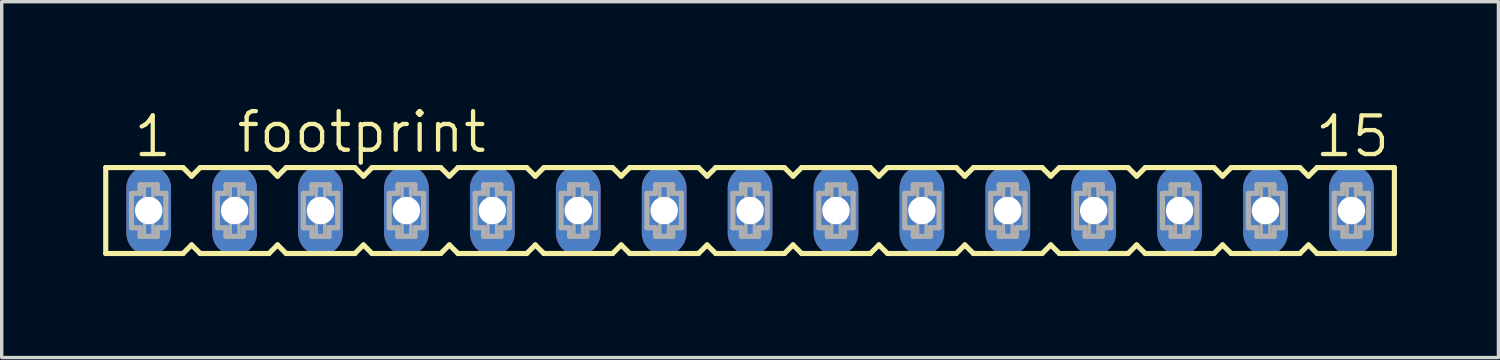
<source format=kicad_pcb>
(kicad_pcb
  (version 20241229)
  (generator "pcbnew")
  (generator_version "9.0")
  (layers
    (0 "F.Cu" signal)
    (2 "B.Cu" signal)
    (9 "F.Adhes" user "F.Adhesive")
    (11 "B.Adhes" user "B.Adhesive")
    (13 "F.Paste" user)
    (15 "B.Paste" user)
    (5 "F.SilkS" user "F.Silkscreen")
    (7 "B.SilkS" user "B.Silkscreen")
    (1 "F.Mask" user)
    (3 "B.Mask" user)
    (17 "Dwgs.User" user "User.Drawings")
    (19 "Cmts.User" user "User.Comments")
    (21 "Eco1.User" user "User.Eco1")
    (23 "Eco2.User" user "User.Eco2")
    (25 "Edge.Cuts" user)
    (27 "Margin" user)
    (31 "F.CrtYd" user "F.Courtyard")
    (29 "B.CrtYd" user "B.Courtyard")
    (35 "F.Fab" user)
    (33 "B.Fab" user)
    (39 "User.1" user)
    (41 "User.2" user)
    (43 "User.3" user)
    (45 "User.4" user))
  (footprint "footprint"
    (layer "F.Cu")
    (at 19.126 3.175)
    (property "Reference" "footprint" (at -15.24 -1.651 0) (layer "F.SilkS") (effects (font (size 1.143 1.143) (thickness 0.127)) (justify left bottom)))
    (fp_line (start -19.05 -1.27) (end -19.05 1.27) (stroke (width 0.152) (type solid)) (layer "F.SilkS"))
    (fp_line (start -19.05 1.27) (end -16.764 1.27) (stroke (width 0.152) (type solid)) (layer "F.SilkS"))
    (fp_line (start -16.764 -1.27) (end -19.05 -1.27) (stroke (width 0.152) (type solid)) (layer "F.SilkS"))
    (fp_line (start -16.764 1.27) (end -16.51 1.016) (stroke (width 0.152) (type solid)) (layer "F.SilkS"))
    (fp_line (start -16.51 -1.016) (end -16.764 -1.27) (stroke (width 0.152) (type solid)) (layer "F.SilkS"))
    (fp_line (start -16.51 1.016) (end -16.256 1.27) (stroke (width 0.152) (type solid)) (layer "F.SilkS"))
    (fp_line (start -16.256 -1.27) (end -16.51 -1.016) (stroke (width 0.152) (type solid)) (layer "F.SilkS"))
    (fp_line (start -16.256 1.27) (end -14.224 1.27) (stroke (width 0.152) (type solid)) (layer "F.SilkS"))
    (fp_line (start -14.224 -1.27) (end -16.256 -1.27) (stroke (width 0.152) (type solid)) (layer "F.SilkS"))
    (fp_line (start -14.224 1.27) (end -13.97 1.016) (stroke (width 0.152) (type solid)) (layer "F.SilkS"))
    (fp_line (start -13.97 -1.016) (end -14.224 -1.27) (stroke (width 0.152) (type solid)) (layer "F.SilkS"))
    (fp_line (start -13.97 1.016) (end -13.716 1.27) (stroke (width 0.152) (type solid)) (layer "F.SilkS"))
    (fp_line (start -13.716 -1.27) (end -13.97 -1.016) (stroke (width 0.152) (type solid)) (layer "F.SilkS"))
    (fp_line (start -13.716 1.27) (end -11.684 1.27) (stroke (width 0.152) (type solid)) (layer "F.SilkS"))
    (fp_line (start -11.684 -1.27) (end -13.716 -1.27) (stroke (width 0.152) (type solid)) (layer "F.SilkS"))
    (fp_line (start -11.684 1.27) (end -11.43 1.016) (stroke (width 0.152) (type solid)) (layer "F.SilkS"))
    (fp_line (start -11.43 -1.016) (end -11.684 -1.27) (stroke (width 0.152) (type solid)) (layer "F.SilkS"))
    (fp_line (start -11.43 1.016) (end -11.176 1.27) (stroke (width 0.152) (type solid)) (layer "F.SilkS"))
    (fp_line (start -11.176 -1.27) (end -11.43 -1.016) (stroke (width 0.152) (type solid)) (layer "F.SilkS"))
    (fp_line (start -11.176 1.27) (end -9.144 1.27) (stroke (width 0.152) (type solid)) (layer "F.SilkS"))
    (fp_line (start -9.144 -1.27) (end -11.176 -1.27) (stroke (width 0.152) (type solid)) (layer "F.SilkS"))
    (fp_line (start -9.144 1.27) (end -8.89 1.016) (stroke (width 0.152) (type solid)) (layer "F.SilkS"))
    (fp_line (start -8.89 -1.016) (end -9.144 -1.27) (stroke (width 0.152) (type solid)) (layer "F.SilkS"))
    (fp_line (start -8.89 1.016) (end -8.636 1.27) (stroke (width 0.152) (type solid)) (layer "F.SilkS"))
    (fp_line (start -8.636 -1.27) (end -8.89 -1.016) (stroke (width 0.152) (type solid)) (layer "F.SilkS"))
    (fp_line (start -8.636 1.27) (end -6.604 1.27) (stroke (width 0.152) (type solid)) (layer "F.SilkS"))
    (fp_line (start -6.604 -1.27) (end -8.636 -1.27) (stroke (width 0.152) (type solid)) (layer "F.SilkS"))
    (fp_line (start -6.604 1.27) (end -6.35 1.016) (stroke (width 0.152) (type solid)) (layer "F.SilkS"))
    (fp_line (start -6.35 -1.016) (end -6.604 -1.27) (stroke (width 0.152) (type solid)) (layer "F.SilkS"))
    (fp_line (start -6.35 1.016) (end -6.096 1.27) (stroke (width 0.152) (type solid)) (layer "F.SilkS"))
    (fp_line (start -6.096 -1.27) (end -6.35 -1.016) (stroke (width 0.152) (type solid)) (layer "F.SilkS"))
    (fp_line (start -6.096 1.27) (end -4.064 1.27) (stroke (width 0.152) (type solid)) (layer "F.SilkS"))
    (fp_line (start -4.064 -1.27) (end -6.096 -1.27) (stroke (width 0.152) (type solid)) (layer "F.SilkS"))
    (fp_line (start -4.064 1.27) (end -3.81 1.016) (stroke (width 0.152) (type solid)) (layer "F.SilkS"))
    (fp_line (start -3.81 -1.016) (end -4.064 -1.27) (stroke (width 0.152) (type solid)) (layer "F.SilkS"))
    (fp_line (start -3.81 1.016) (end -3.556 1.27) (stroke (width 0.152) (type solid)) (layer "F.SilkS"))
    (fp_line (start -3.556 -1.27) (end -3.81 -1.016) (stroke (width 0.152) (type solid)) (layer "F.SilkS"))
    (fp_line (start -3.556 1.27) (end -1.524 1.27) (stroke (width 0.152) (type solid)) (layer "F.SilkS"))
    (fp_line (start -1.524 -1.27) (end -3.556 -1.27) (stroke (width 0.152) (type solid)) (layer "F.SilkS"))
    (fp_line (start -1.524 1.27) (end -1.27 1.016) (stroke (width 0.152) (type solid)) (layer "F.SilkS"))
    (fp_line (start -1.27 -1.016) (end -1.524 -1.27) (stroke (width 0.152) (type solid)) (layer "F.SilkS"))
    (fp_line (start -1.27 1.016) (end -1.016 1.27) (stroke (width 0.152) (type solid)) (layer "F.SilkS"))
    (fp_line (start -1.016 -1.27) (end -1.27 -1.016) (stroke (width 0.152) (type solid)) (layer "F.SilkS"))
    (fp_line (start -1.016 1.27) (end 1.016 1.27) (stroke (width 0.152) (type solid)) (layer "F.SilkS"))
    (fp_line (start 1.016 -1.27) (end -1.016 -1.27) (stroke (width 0.152) (type solid)) (layer "F.SilkS"))
    (fp_line (start 1.016 1.27) (end 1.27 1.016) (stroke (width 0.152) (type solid)) (layer "F.SilkS"))
    (fp_line (start 1.27 -1.016) (end 1.016 -1.27) (stroke (width 0.152) (type solid)) (layer "F.SilkS"))
    (fp_line (start 1.27 1.016) (end 1.524 1.27) (stroke (width 0.152) (type solid)) (layer "F.SilkS"))
    (fp_line (start 1.524 -1.27) (end 1.27 -1.016) (stroke (width 0.152) (type solid)) (layer "F.SilkS"))
    (fp_line (start 1.524 1.27) (end 3.556 1.27) (stroke (width 0.152) (type solid)) (layer "F.SilkS"))
    (fp_line (start 3.556 -1.27) (end 1.524 -1.27) (stroke (width 0.152) (type solid)) (layer "F.SilkS"))
    (fp_line (start 3.556 1.27) (end 3.81 1.016) (stroke (width 0.152) (type solid)) (layer "F.SilkS"))
    (fp_line (start 3.81 -1.016) (end 3.556 -1.27) (stroke (width 0.152) (type solid)) (layer "F.SilkS"))
    (fp_line (start 3.81 1.016) (end 4.064 1.27) (stroke (width 0.152) (type solid)) (layer "F.SilkS"))
    (fp_line (start 4.064 -1.27) (end 3.81 -1.016) (stroke (width 0.152) (type solid)) (layer "F.SilkS"))
    (fp_line (start 4.064 1.27) (end 6.096 1.27) (stroke (width 0.152) (type solid)) (layer "F.SilkS"))
    (fp_line (start 6.096 -1.27) (end 4.064 -1.27) (stroke (width 0.152) (type solid)) (layer "F.SilkS"))
    (fp_line (start 6.096 1.27) (end 6.35 1.016) (stroke (width 0.152) (type solid)) (layer "F.SilkS"))
    (fp_line (start 6.35 -1.016) (end 6.096 -1.27) (stroke (width 0.152) (type solid)) (layer "F.SilkS"))
    (fp_line (start 6.35 1.016) (end 6.604 1.27) (stroke (width 0.152) (type solid)) (layer "F.SilkS"))
    (fp_line (start 6.604 -1.27) (end 6.35 -1.016) (stroke (width 0.152) (type solid)) (layer "F.SilkS"))
    (fp_line (start 6.604 1.27) (end 8.636 1.27) (stroke (width 0.152) (type solid)) (layer "F.SilkS"))
    (fp_line (start 8.636 -1.27) (end 6.604 -1.27) (stroke (width 0.152) (type solid)) (layer "F.SilkS"))
    (fp_line (start 8.636 1.27) (end 8.89 1.016) (stroke (width 0.152) (type solid)) (layer "F.SilkS"))
    (fp_line (start 8.89 -1.016) (end 8.636 -1.27) (stroke (width 0.152) (type solid)) (layer "F.SilkS"))
    (fp_line (start 8.89 1.016) (end 9.144 1.27) (stroke (width 0.152) (type solid)) (layer "F.SilkS"))
    (fp_line (start 9.144 -1.27) (end 8.89 -1.016) (stroke (width 0.152) (type solid)) (layer "F.SilkS"))
    (fp_line (start 9.144 1.27) (end 11.176 1.27) (stroke (width 0.152) (type solid)) (layer "F.SilkS"))
    (fp_line (start 11.176 -1.27) (end 9.144 -1.27) (stroke (width 0.152) (type solid)) (layer "F.SilkS"))
    (fp_line (start 11.176 1.27) (end 11.43 1.016) (stroke (width 0.152) (type solid)) (layer "F.SilkS"))
    (fp_line (start 11.43 -1.016) (end 11.176 -1.27) (stroke (width 0.152) (type solid)) (layer "F.SilkS"))
    (fp_line (start 11.43 1.016) (end 11.684 1.27) (stroke (width 0.152) (type solid)) (layer "F.SilkS"))
    (fp_line (start 11.684 -1.27) (end 11.43 -1.016) (stroke (width 0.152) (type solid)) (layer "F.SilkS"))
    (fp_line (start 11.684 1.27) (end 13.716 1.27) (stroke (width 0.152) (type solid)) (layer "F.SilkS"))
    (fp_line (start 13.716 -1.27) (end 11.684 -1.27) (stroke (width 0.152) (type solid)) (layer "F.SilkS"))
    (fp_line (start 13.716 1.27) (end 13.97 1.016) (stroke (width 0.152) (type solid)) (layer "F.SilkS"))
    (fp_line (start 13.97 -1.016) (end 13.716 -1.27) (stroke (width 0.152) (type solid)) (layer "F.SilkS"))
    (fp_line (start 13.97 1.016) (end 14.224 1.27) (stroke (width 0.152) (type solid)) (layer "F.SilkS"))
    (fp_line (start 14.224 -1.27) (end 13.97 -1.016) (stroke (width 0.152) (type solid)) (layer "F.SilkS"))
    (fp_line (start 14.224 1.27) (end 16.256 1.27) (stroke (width 0.152) (type solid)) (layer "F.SilkS"))
    (fp_line (start 16.256 -1.27) (end 14.224 -1.27) (stroke (width 0.152) (type solid)) (layer "F.SilkS"))
    (fp_line (start 16.256 1.27) (end 16.51 1.016) (stroke (width 0.152) (type solid)) (layer "F.SilkS"))
    (fp_line (start 16.51 -1.016) (end 16.256 -1.27) (stroke (width 0.152) (type solid)) (layer "F.SilkS"))
    (fp_line (start 16.51 1.016) (end 16.764 1.27) (stroke (width 0.152) (type solid)) (layer "F.SilkS"))
    (fp_line (start 16.764 -1.27) (end 16.51 -1.016) (stroke (width 0.152) (type solid)) (layer "F.SilkS"))
    (fp_line (start 16.764 1.27) (end 19.05 1.27) (stroke (width 0.152) (type solid)) (layer "F.SilkS"))
    (fp_line (start 19.05 -1.27) (end 16.764 -1.27) (stroke (width 0.152) (type solid)) (layer "F.SilkS"))
    (fp_line (start 19.05 1.27) (end 19.05 -1.27) (stroke (width 0.152) (type solid)) (layer "F.SilkS"))
    (fp_line (start -18.288 -0.508) (end -18.288 0.508) (stroke (width 0.152) (type solid)) (layer "F.Fab"))
    (fp_line (start -18.288 0.508) (end -18.034 0.508) (stroke (width 0.152) (type solid)) (layer "F.Fab"))
    (fp_line (start -18.034 -0.762) (end -18.034 -0.508) (stroke (width 0.152) (type solid)) (layer "F.Fab"))
    (fp_line (start -18.034 -0.508) (end -18.288 -0.508) (stroke (width 0.152) (type solid)) (layer "F.Fab"))
    (fp_line (start -18.034 0.508) (end -18.034 0.762) (stroke (width 0.152) (type solid)) (layer "F.Fab"))
    (fp_line (start -18.034 0.762) (end -17.526 0.762) (stroke (width 0.152) (type solid)) (layer "F.Fab"))
    (fp_line (start -17.526 -0.762) (end -18.034 -0.762) (stroke (width 0.152) (type solid)) (layer "F.Fab"))
    (fp_line (start -17.526 -0.508) (end -17.526 -0.762) (stroke (width 0.152) (type solid)) (layer "F.Fab"))
    (fp_line (start -17.526 0.508) (end -17.272 0.508) (stroke (width 0.152) (type solid)) (layer "F.Fab"))
    (fp_line (start -17.526 0.762) (end -17.526 0.508) (stroke (width 0.152) (type solid)) (layer "F.Fab"))
    (fp_line (start -17.272 -0.508) (end -17.526 -0.508) (stroke (width 0.152) (type solid)) (layer "F.Fab"))
    (fp_line (start -17.272 0.508) (end -17.272 -0.508) (stroke (width 0.152) (type solid)) (layer "F.Fab"))
    (fp_line (start -15.748 -0.508) (end -15.748 0.508) (stroke (width 0.152) (type solid)) (layer "F.Fab"))
    (fp_line (start -15.748 0.508) (end -15.494 0.508) (stroke (width 0.152) (type solid)) (layer "F.Fab"))
    (fp_line (start -15.494 -0.762) (end -15.494 -0.508) (stroke (width 0.152) (type solid)) (layer "F.Fab"))
    (fp_line (start -15.494 -0.508) (end -15.748 -0.508) (stroke (width 0.152) (type solid)) (layer "F.Fab"))
    (fp_line (start -15.494 0.508) (end -15.494 0.762) (stroke (width 0.152) (type solid)) (layer "F.Fab"))
    (fp_line (start -15.494 0.762) (end -14.986 0.762) (stroke (width 0.152) (type solid)) (layer "F.Fab"))
    (fp_line (start -14.986 -0.762) (end -15.494 -0.762) (stroke (width 0.152) (type solid)) (layer "F.Fab"))
    (fp_line (start -14.986 -0.508) (end -14.986 -0.762) (stroke (width 0.152) (type solid)) (layer "F.Fab"))
    (fp_line (start -14.986 0.508) (end -14.732 0.508) (stroke (width 0.152) (type solid)) (layer "F.Fab"))
    (fp_line (start -14.986 0.762) (end -14.986 0.508) (stroke (width 0.152) (type solid)) (layer "F.Fab"))
    (fp_line (start -14.732 -0.508) (end -14.986 -0.508) (stroke (width 0.152) (type solid)) (layer "F.Fab"))
    (fp_line (start -14.732 0.508) (end -14.732 -0.508) (stroke (width 0.152) (type solid)) (layer "F.Fab"))
    (fp_line (start -13.208 -0.508) (end -13.208 0.508) (stroke (width 0.152) (type solid)) (layer "F.Fab"))
    (fp_line (start -13.208 0.508) (end -12.954 0.508) (stroke (width 0.152) (type solid)) (layer "F.Fab"))
    (fp_line (start -12.954 -0.762) (end -12.954 -0.508) (stroke (width 0.152) (type solid)) (layer "F.Fab"))
    (fp_line (start -12.954 -0.508) (end -13.208 -0.508) (stroke (width 0.152) (type solid)) (layer "F.Fab"))
    (fp_line (start -12.954 0.508) (end -12.954 0.762) (stroke (width 0.152) (type solid)) (layer "F.Fab"))
    (fp_line (start -12.954 0.762) (end -12.446 0.762) (stroke (width 0.152) (type solid)) (layer "F.Fab"))
    (fp_line (start -12.446 -0.762) (end -12.954 -0.762) (stroke (width 0.152) (type solid)) (layer "F.Fab"))
    (fp_line (start -12.446 -0.508) (end -12.446 -0.762) (stroke (width 0.152) (type solid)) (layer "F.Fab"))
    (fp_line (start -12.446 0.508) (end -12.192 0.508) (stroke (width 0.152) (type solid)) (layer "F.Fab"))
    (fp_line (start -12.446 0.762) (end -12.446 0.508) (stroke (width 0.152) (type solid)) (layer "F.Fab"))
    (fp_line (start -12.192 -0.508) (end -12.446 -0.508) (stroke (width 0.152) (type solid)) (layer "F.Fab"))
    (fp_line (start -12.192 0.508) (end -12.192 -0.508) (stroke (width 0.152) (type solid)) (layer "F.Fab"))
    (fp_line (start -10.668 -0.508) (end -10.668 0.508) (stroke (width 0.152) (type solid)) (layer "F.Fab"))
    (fp_line (start -10.668 0.508) (end -10.414 0.508) (stroke (width 0.152) (type solid)) (layer "F.Fab"))
    (fp_line (start -10.414 -0.762) (end -10.414 -0.508) (stroke (width 0.152) (type solid)) (layer "F.Fab"))
    (fp_line (start -10.414 -0.508) (end -10.668 -0.508) (stroke (width 0.152) (type solid)) (layer "F.Fab"))
    (fp_line (start -10.414 0.508) (end -10.414 0.762) (stroke (width 0.152) (type solid)) (layer "F.Fab"))
    (fp_line (start -10.414 0.762) (end -9.906 0.762) (stroke (width 0.152) (type solid)) (layer "F.Fab"))
    (fp_line (start -9.906 -0.762) (end -10.414 -0.762) (stroke (width 0.152) (type solid)) (layer "F.Fab"))
    (fp_line (start -9.906 -0.508) (end -9.906 -0.762) (stroke (width 0.152) (type solid)) (layer "F.Fab"))
    (fp_line (start -9.906 0.508) (end -9.652 0.508) (stroke (width 0.152) (type solid)) (layer "F.Fab"))
    (fp_line (start -9.906 0.762) (end -9.906 0.508) (stroke (width 0.152) (type solid)) (layer "F.Fab"))
    (fp_line (start -9.652 -0.508) (end -9.906 -0.508) (stroke (width 0.152) (type solid)) (layer "F.Fab"))
    (fp_line (start -9.652 0.508) (end -9.652 -0.508) (stroke (width 0.152) (type solid)) (layer "F.Fab"))
    (fp_line (start -8.128 -0.508) (end -8.128 0.508) (stroke (width 0.152) (type solid)) (layer "F.Fab"))
    (fp_line (start -8.128 0.508) (end -7.874 0.508) (stroke (width 0.152) (type solid)) (layer "F.Fab"))
    (fp_line (start -7.874 -0.762) (end -7.874 -0.508) (stroke (width 0.152) (type solid)) (layer "F.Fab"))
    (fp_line (start -7.874 -0.508) (end -8.128 -0.508) (stroke (width 0.152) (type solid)) (layer "F.Fab"))
    (fp_line (start -7.874 0.508) (end -7.874 0.762) (stroke (width 0.152) (type solid)) (layer "F.Fab"))
    (fp_line (start -7.874 0.762) (end -7.366 0.762) (stroke (width 0.152) (type solid)) (layer "F.Fab"))
    (fp_line (start -7.366 -0.762) (end -7.874 -0.762) (stroke (width 0.152) (type solid)) (layer "F.Fab"))
    (fp_line (start -7.366 -0.508) (end -7.366 -0.762) (stroke (width 0.152) (type solid)) (layer "F.Fab"))
    (fp_line (start -7.366 0.508) (end -7.112 0.508) (stroke (width 0.152) (type solid)) (layer "F.Fab"))
    (fp_line (start -7.366 0.762) (end -7.366 0.508) (stroke (width 0.152) (type solid)) (layer "F.Fab"))
    (fp_line (start -7.112 -0.508) (end -7.366 -0.508) (stroke (width 0.152) (type solid)) (layer "F.Fab"))
    (fp_line (start -7.112 0.508) (end -7.112 -0.508) (stroke (width 0.152) (type solid)) (layer "F.Fab"))
    (fp_line (start -5.588 -0.508) (end -5.588 0.508) (stroke (width 0.152) (type solid)) (layer "F.Fab"))
    (fp_line (start -5.588 0.508) (end -5.334 0.508) (stroke (width 0.152) (type solid)) (layer "F.Fab"))
    (fp_line (start -5.334 -0.762) (end -5.334 -0.508) (stroke (width 0.152) (type solid)) (layer "F.Fab"))
    (fp_line (start -5.334 -0.508) (end -5.588 -0.508) (stroke (width 0.152) (type solid)) (layer "F.Fab"))
    (fp_line (start -5.334 0.508) (end -5.334 0.762) (stroke (width 0.152) (type solid)) (layer "F.Fab"))
    (fp_line (start -5.334 0.762) (end -4.826 0.762) (stroke (width 0.152) (type solid)) (layer "F.Fab"))
    (fp_line (start -4.826 -0.762) (end -5.334 -0.762) (stroke (width 0.152) (type solid)) (layer "F.Fab"))
    (fp_line (start -4.826 -0.508) (end -4.826 -0.762) (stroke (width 0.152) (type solid)) (layer "F.Fab"))
    (fp_line (start -4.826 0.508) (end -4.572 0.508) (stroke (width 0.152) (type solid)) (layer "F.Fab"))
    (fp_line (start -4.826 0.762) (end -4.826 0.508) (stroke (width 0.152) (type solid)) (layer "F.Fab"))
    (fp_line (start -4.572 -0.508) (end -4.826 -0.508) (stroke (width 0.152) (type solid)) (layer "F.Fab"))
    (fp_line (start -4.572 0.508) (end -4.572 -0.508) (stroke (width 0.152) (type solid)) (layer "F.Fab"))
    (fp_line (start -3.048 -0.508) (end -3.048 0.508) (stroke (width 0.152) (type solid)) (layer "F.Fab"))
    (fp_line (start -3.048 0.508) (end -2.794 0.508) (stroke (width 0.152) (type solid)) (layer "F.Fab"))
    (fp_line (start -2.794 -0.762) (end -2.794 -0.508) (stroke (width 0.152) (type solid)) (layer "F.Fab"))
    (fp_line (start -2.794 -0.508) (end -3.048 -0.508) (stroke (width 0.152) (type solid)) (layer "F.Fab"))
    (fp_line (start -2.794 0.508) (end -2.794 0.762) (stroke (width 0.152) (type solid)) (layer "F.Fab"))
    (fp_line (start -2.794 0.762) (end -2.286 0.762) (stroke (width 0.152) (type solid)) (layer "F.Fab"))
    (fp_line (start -2.286 -0.762) (end -2.794 -0.762) (stroke (width 0.152) (type solid)) (layer "F.Fab"))
    (fp_line (start -2.286 -0.508) (end -2.286 -0.762) (stroke (width 0.152) (type solid)) (layer "F.Fab"))
    (fp_line (start -2.286 0.508) (end -2.032 0.508) (stroke (width 0.152) (type solid)) (layer "F.Fab"))
    (fp_line (start -2.286 0.762) (end -2.286 0.508) (stroke (width 0.152) (type solid)) (layer "F.Fab"))
    (fp_line (start -2.032 -0.508) (end -2.286 -0.508) (stroke (width 0.152) (type solid)) (layer "F.Fab"))
    (fp_line (start -2.032 0.508) (end -2.032 -0.508) (stroke (width 0.152) (type solid)) (layer "F.Fab"))
    (fp_line (start -0.508 -0.508) (end -0.508 0.508) (stroke (width 0.152) (type solid)) (layer "F.Fab"))
    (fp_line (start -0.508 0.508) (end -0.254 0.508) (stroke (width 0.152) (type solid)) (layer "F.Fab"))
    (fp_line (start -0.254 -0.762) (end -0.254 -0.508) (stroke (width 0.152) (type solid)) (layer "F.Fab"))
    (fp_line (start -0.254 -0.508) (end -0.508 -0.508) (stroke (width 0.152) (type solid)) (layer "F.Fab"))
    (fp_line (start -0.254 0.508) (end -0.254 0.762) (stroke (width 0.152) (type solid)) (layer "F.Fab"))
    (fp_line (start -0.254 0.762) (end 0.254 0.762) (stroke (width 0.152) (type solid)) (layer "F.Fab"))
    (fp_line (start 0.254 -0.762) (end -0.254 -0.762) (stroke (width 0.152) (type solid)) (layer "F.Fab"))
    (fp_line (start 0.254 -0.508) (end 0.254 -0.762) (stroke (width 0.152) (type solid)) (layer "F.Fab"))
    (fp_line (start 0.254 0.508) (end 0.508 0.508) (stroke (width 0.152) (type solid)) (layer "F.Fab"))
    (fp_line (start 0.254 0.762) (end 0.254 0.508) (stroke (width 0.152) (type solid)) (layer "F.Fab"))
    (fp_line (start 0.508 -0.508) (end 0.254 -0.508) (stroke (width 0.152) (type solid)) (layer "F.Fab"))
    (fp_line (start 0.508 0.508) (end 0.508 -0.508) (stroke (width 0.152) (type solid)) (layer "F.Fab"))
    (fp_line (start 2.032 -0.508) (end 2.032 0.508) (stroke (width 0.152) (type solid)) (layer "F.Fab"))
    (fp_line (start 2.032 0.508) (end 2.286 0.508) (stroke (width 0.152) (type solid)) (layer "F.Fab"))
    (fp_line (start 2.286 -0.762) (end 2.286 -0.508) (stroke (width 0.152) (type solid)) (layer "F.Fab"))
    (fp_line (start 2.286 -0.508) (end 2.032 -0.508) (stroke (width 0.152) (type solid)) (layer "F.Fab"))
    (fp_line (start 2.286 0.508) (end 2.286 0.762) (stroke (width 0.152) (type solid)) (layer "F.Fab"))
    (fp_line (start 2.286 0.762) (end 2.794 0.762) (stroke (width 0.152) (type solid)) (layer "F.Fab"))
    (fp_line (start 2.794 -0.762) (end 2.286 -0.762) (stroke (width 0.152) (type solid)) (layer "F.Fab"))
    (fp_line (start 2.794 -0.508) (end 2.794 -0.762) (stroke (width 0.152) (type solid)) (layer "F.Fab"))
    (fp_line (start 2.794 0.508) (end 3.048 0.508) (stroke (width 0.152) (type solid)) (layer "F.Fab"))
    (fp_line (start 2.794 0.762) (end 2.794 0.508) (stroke (width 0.152) (type solid)) (layer "F.Fab"))
    (fp_line (start 3.048 -0.508) (end 2.794 -0.508) (stroke (width 0.152) (type solid)) (layer "F.Fab"))
    (fp_line (start 3.048 0.508) (end 3.048 -0.508) (stroke (width 0.152) (type solid)) (layer "F.Fab"))
    (fp_line (start 4.572 -0.508) (end 4.572 0.508) (stroke (width 0.152) (type solid)) (layer "F.Fab"))
    (fp_line (start 4.572 0.508) (end 4.826 0.508) (stroke (width 0.152) (type solid)) (layer "F.Fab"))
    (fp_line (start 4.826 -0.762) (end 4.826 -0.508) (stroke (width 0.152) (type solid)) (layer "F.Fab"))
    (fp_line (start 4.826 -0.508) (end 4.572 -0.508) (stroke (width 0.152) (type solid)) (layer "F.Fab"))
    (fp_line (start 4.826 0.508) (end 4.826 0.762) (stroke (width 0.152) (type solid)) (layer "F.Fab"))
    (fp_line (start 4.826 0.762) (end 5.334 0.762) (stroke (width 0.152) (type solid)) (layer "F.Fab"))
    (fp_line (start 5.334 -0.762) (end 4.826 -0.762) (stroke (width 0.152) (type solid)) (layer "F.Fab"))
    (fp_line (start 5.334 -0.508) (end 5.334 -0.762) (stroke (width 0.152) (type solid)) (layer "F.Fab"))
    (fp_line (start 5.334 0.508) (end 5.588 0.508) (stroke (width 0.152) (type solid)) (layer "F.Fab"))
    (fp_line (start 5.334 0.762) (end 5.334 0.508) (stroke (width 0.152) (type solid)) (layer "F.Fab"))
    (fp_line (start 5.588 -0.508) (end 5.334 -0.508) (stroke (width 0.152) (type solid)) (layer "F.Fab"))
    (fp_line (start 5.588 0.508) (end 5.588 -0.508) (stroke (width 0.152) (type solid)) (layer "F.Fab"))
    (fp_line (start 7.112 -0.508) (end 7.112 0.508) (stroke (width 0.152) (type solid)) (layer "F.Fab"))
    (fp_line (start 7.112 0.508) (end 7.366 0.508) (stroke (width 0.152) (type solid)) (layer "F.Fab"))
    (fp_line (start 7.366 -0.762) (end 7.366 -0.508) (stroke (width 0.152) (type solid)) (layer "F.Fab"))
    (fp_line (start 7.366 -0.508) (end 7.112 -0.508) (stroke (width 0.152) (type solid)) (layer "F.Fab"))
    (fp_line (start 7.366 0.508) (end 7.366 0.762) (stroke (width 0.152) (type solid)) (layer "F.Fab"))
    (fp_line (start 7.366 0.762) (end 7.874 0.762) (stroke (width 0.152) (type solid)) (layer "F.Fab"))
    (fp_line (start 7.874 -0.762) (end 7.366 -0.762) (stroke (width 0.152) (type solid)) (layer "F.Fab"))
    (fp_line (start 7.874 -0.508) (end 7.874 -0.762) (stroke (width 0.152) (type solid)) (layer "F.Fab"))
    (fp_line (start 7.874 0.508) (end 8.128 0.508) (stroke (width 0.152) (type solid)) (layer "F.Fab"))
    (fp_line (start 7.874 0.762) (end 7.874 0.508) (stroke (width 0.152) (type solid)) (layer "F.Fab"))
    (fp_line (start 8.128 -0.508) (end 7.874 -0.508) (stroke (width 0.152) (type solid)) (layer "F.Fab"))
    (fp_line (start 8.128 0.508) (end 8.128 -0.508) (stroke (width 0.152) (type solid)) (layer "F.Fab"))
    (fp_line (start 9.652 -0.508) (end 9.652 0.508) (stroke (width 0.152) (type solid)) (layer "F.Fab"))
    (fp_line (start 9.652 0.508) (end 9.906 0.508) (stroke (width 0.152) (type solid)) (layer "F.Fab"))
    (fp_line (start 9.906 -0.762) (end 9.906 -0.508) (stroke (width 0.152) (type solid)) (layer "F.Fab"))
    (fp_line (start 9.906 -0.508) (end 9.652 -0.508) (stroke (width 0.152) (type solid)) (layer "F.Fab"))
    (fp_line (start 9.906 0.508) (end 9.906 0.762) (stroke (width 0.152) (type solid)) (layer "F.Fab"))
    (fp_line (start 9.906 0.762) (end 10.414 0.762) (stroke (width 0.152) (type solid)) (layer "F.Fab"))
    (fp_line (start 10.414 -0.762) (end 9.906 -0.762) (stroke (width 0.152) (type solid)) (layer "F.Fab"))
    (fp_line (start 10.414 -0.508) (end 10.414 -0.762) (stroke (width 0.152) (type solid)) (layer "F.Fab"))
    (fp_line (start 10.414 0.508) (end 10.668 0.508) (stroke (width 0.152) (type solid)) (layer "F.Fab"))
    (fp_line (start 10.414 0.762) (end 10.414 0.508) (stroke (width 0.152) (type solid)) (layer "F.Fab"))
    (fp_line (start 10.668 -0.508) (end 10.414 -0.508) (stroke (width 0.152) (type solid)) (layer "F.Fab"))
    (fp_line (start 10.668 0.508) (end 10.668 -0.508) (stroke (width 0.152) (type solid)) (layer "F.Fab"))
    (fp_line (start 12.192 -0.508) (end 12.192 0.508) (stroke (width 0.152) (type solid)) (layer "F.Fab"))
    (fp_line (start 12.192 0.508) (end 12.446 0.508) (stroke (width 0.152) (type solid)) (layer "F.Fab"))
    (fp_line (start 12.446 -0.762) (end 12.446 -0.508) (stroke (width 0.152) (type solid)) (layer "F.Fab"))
    (fp_line (start 12.446 -0.508) (end 12.192 -0.508) (stroke (width 0.152) (type solid)) (layer "F.Fab"))
    (fp_line (start 12.446 0.508) (end 12.446 0.762) (stroke (width 0.152) (type solid)) (layer "F.Fab"))
    (fp_line (start 12.446 0.762) (end 12.954 0.762) (stroke (width 0.152) (type solid)) (layer "F.Fab"))
    (fp_line (start 12.954 -0.762) (end 12.446 -0.762) (stroke (width 0.152) (type solid)) (layer "F.Fab"))
    (fp_line (start 12.954 -0.508) (end 12.954 -0.762) (stroke (width 0.152) (type solid)) (layer "F.Fab"))
    (fp_line (start 12.954 0.508) (end 13.208 0.508) (stroke (width 0.152) (type solid)) (layer "F.Fab"))
    (fp_line (start 12.954 0.762) (end 12.954 0.508) (stroke (width 0.152) (type solid)) (layer "F.Fab"))
    (fp_line (start 13.208 -0.508) (end 12.954 -0.508) (stroke (width 0.152) (type solid)) (layer "F.Fab"))
    (fp_line (start 13.208 0.508) (end 13.208 -0.508) (stroke (width 0.152) (type solid)) (layer "F.Fab"))
    (fp_line (start 14.732 -0.508) (end 14.732 0.508) (stroke (width 0.152) (type solid)) (layer "F.Fab"))
    (fp_line (start 14.732 0.508) (end 14.986 0.508) (stroke (width 0.152) (type solid)) (layer "F.Fab"))
    (fp_line (start 14.986 -0.762) (end 14.986 -0.508) (stroke (width 0.152) (type solid)) (layer "F.Fab"))
    (fp_line (start 14.986 -0.508) (end 14.732 -0.508) (stroke (width 0.152) (type solid)) (layer "F.Fab"))
    (fp_line (start 14.986 0.508) (end 14.986 0.762) (stroke (width 0.152) (type solid)) (layer "F.Fab"))
    (fp_line (start 14.986 0.762) (end 15.494 0.762) (stroke (width 0.152) (type solid)) (layer "F.Fab"))
    (fp_line (start 15.494 -0.762) (end 14.986 -0.762) (stroke (width 0.152) (type solid)) (layer "F.Fab"))
    (fp_line (start 15.494 -0.508) (end 15.494 -0.762) (stroke (width 0.152) (type solid)) (layer "F.Fab"))
    (fp_line (start 15.494 0.508) (end 15.748 0.508) (stroke (width 0.152) (type solid)) (layer "F.Fab"))
    (fp_line (start 15.494 0.762) (end 15.494 0.508) (stroke (width 0.152) (type solid)) (layer "F.Fab"))
    (fp_line (start 15.748 -0.508) (end 15.494 -0.508) (stroke (width 0.152) (type solid)) (layer "F.Fab"))
    (fp_line (start 15.748 0.508) (end 15.748 -0.508) (stroke (width 0.152) (type solid)) (layer "F.Fab"))
    (fp_line (start 17.272 -0.508) (end 17.272 0.508) (stroke (width 0.152) (type solid)) (layer "F.Fab"))
    (fp_line (start 17.272 0.508) (end 17.526 0.508) (stroke (width 0.152) (type solid)) (layer "F.Fab"))
    (fp_line (start 17.526 -0.762) (end 17.526 -0.508) (stroke (width 0.152) (type solid)) (layer "F.Fab"))
    (fp_line (start 17.526 -0.508) (end 17.272 -0.508) (stroke (width 0.152) (type solid)) (layer "F.Fab"))
    (fp_line (start 17.526 0.508) (end 17.526 0.762) (stroke (width 0.152) (type solid)) (layer "F.Fab"))
    (fp_line (start 17.526 0.762) (end 18.034 0.762) (stroke (width 0.152) (type solid)) (layer "F.Fab"))
    (fp_line (start 18.034 -0.762) (end 17.526 -0.762) (stroke (width 0.152) (type solid)) (layer "F.Fab"))
    (fp_line (start 18.034 -0.508) (end 18.034 -0.762) (stroke (width 0.152) (type solid)) (layer "F.Fab"))
    (fp_line (start 18.034 0.508) (end 18.288 0.508) (stroke (width 0.152) (type solid)) (layer "F.Fab"))
    (fp_line (start 18.034 0.762) (end 18.034 0.508) (stroke (width 0.152) (type solid)) (layer "F.Fab"))
    (fp_line (start 18.288 -0.508) (end 18.034 -0.508) (stroke (width 0.152) (type solid)) (layer "F.Fab"))
    (fp_line (start 18.288 0.508) (end 18.288 -0.508) (stroke (width 0.152) (type solid)) (layer "F.Fab"))
    (fp_poly (pts (xy -17.907 -0.254) (xy -17.653 -0.254) (xy -17.653 -0.762) (xy -17.907 -0.762)) (stroke (width 0.1) (type solid)) (fill no) (layer "F.Fab"))
    (fp_poly (pts (xy -17.907 0.762) (xy -17.653 0.762) (xy -17.653 0.254) (xy -17.907 0.254)) (stroke (width 0.1) (type solid)) (fill no) (layer "F.Fab"))
    (fp_poly (pts (xy -15.367 -0.254) (xy -15.113 -0.254) (xy -15.113 -0.762) (xy -15.367 -0.762)) (stroke (width 0.1) (type solid)) (fill no) (layer "F.Fab"))
    (fp_poly (pts (xy -15.367 0.762) (xy -15.113 0.762) (xy -15.113 0.254) (xy -15.367 0.254)) (stroke (width 0.1) (type solid)) (fill no) (layer "F.Fab"))
    (fp_poly (pts (xy -12.827 -0.254) (xy -12.573 -0.254) (xy -12.573 -0.762) (xy -12.827 -0.762)) (stroke (width 0.1) (type solid)) (fill no) (layer "F.Fab"))
    (fp_poly (pts (xy -12.827 0.762) (xy -12.573 0.762) (xy -12.573 0.254) (xy -12.827 0.254)) (stroke (width 0.1) (type solid)) (fill no) (layer "F.Fab"))
    (fp_poly (pts (xy -10.287 -0.254) (xy -10.033 -0.254) (xy -10.033 -0.762) (xy -10.287 -0.762)) (stroke (width 0.1) (type solid)) (fill no) (layer "F.Fab"))
    (fp_poly (pts (xy -10.287 0.762) (xy -10.033 0.762) (xy -10.033 0.254) (xy -10.287 0.254)) (stroke (width 0.1) (type solid)) (fill no) (layer "F.Fab"))
    (fp_poly (pts (xy -7.747 -0.254) (xy -7.493 -0.254) (xy -7.493 -0.762) (xy -7.747 -0.762)) (stroke (width 0.1) (type solid)) (fill no) (layer "F.Fab"))
    (fp_poly (pts (xy -7.747 0.762) (xy -7.493 0.762) (xy -7.493 0.254) (xy -7.747 0.254)) (stroke (width 0.1) (type solid)) (fill no) (layer "F.Fab"))
    (fp_poly (pts (xy -5.207 -0.254) (xy -4.953 -0.254) (xy -4.953 -0.762) (xy -5.207 -0.762)) (stroke (width 0.1) (type solid)) (fill no) (layer "F.Fab"))
    (fp_poly (pts (xy -5.207 0.762) (xy -4.953 0.762) (xy -4.953 0.254) (xy -5.207 0.254)) (stroke (width 0.1) (type solid)) (fill no) (layer "F.Fab"))
    (fp_poly (pts (xy -2.667 -0.254) (xy -2.413 -0.254) (xy -2.413 -0.762) (xy -2.667 -0.762)) (stroke (width 0.1) (type solid)) (fill no) (layer "F.Fab"))
    (fp_poly (pts (xy -2.667 0.762) (xy -2.413 0.762) (xy -2.413 0.254) (xy -2.667 0.254)) (stroke (width 0.1) (type solid)) (fill no) (layer "F.Fab"))
    (fp_poly (pts (xy -0.127 -0.254) (xy 0.127 -0.254) (xy 0.127 -0.762) (xy -0.127 -0.762)) (stroke (width 0.1) (type solid)) (fill no) (layer "F.Fab"))
    (fp_poly (pts (xy -0.127 0.762) (xy 0.127 0.762) (xy 0.127 0.254) (xy -0.127 0.254)) (stroke (width 0.1) (type solid)) (fill no) (layer "F.Fab"))
    (fp_poly (pts (xy 2.413 -0.254) (xy 2.667 -0.254) (xy 2.667 -0.762) (xy 2.413 -0.762)) (stroke (width 0.1) (type solid)) (fill no) (layer "F.Fab"))
    (fp_poly (pts (xy 2.413 0.762) (xy 2.667 0.762) (xy 2.667 0.254) (xy 2.413 0.254)) (stroke (width 0.1) (type solid)) (fill no) (layer "F.Fab"))
    (fp_poly (pts (xy 4.953 -0.254) (xy 5.207 -0.254) (xy 5.207 -0.762) (xy 4.953 -0.762)) (stroke (width 0.1) (type solid)) (fill no) (layer "F.Fab"))
    (fp_poly (pts (xy 4.953 0.762) (xy 5.207 0.762) (xy 5.207 0.254) (xy 4.953 0.254)) (stroke (width 0.1) (type solid)) (fill no) (layer "F.Fab"))
    (fp_poly (pts (xy 7.493 -0.254) (xy 7.747 -0.254) (xy 7.747 -0.762) (xy 7.493 -0.762)) (stroke (width 0.1) (type solid)) (fill no) (layer "F.Fab"))
    (fp_poly (pts (xy 7.493 0.762) (xy 7.747 0.762) (xy 7.747 0.254) (xy 7.493 0.254)) (stroke (width 0.1) (type solid)) (fill no) (layer "F.Fab"))
    (fp_poly (pts (xy 10.033 -0.254) (xy 10.287 -0.254) (xy 10.287 -0.762) (xy 10.033 -0.762)) (stroke (width 0.1) (type solid)) (fill no) (layer "F.Fab"))
    (fp_poly (pts (xy 10.033 0.762) (xy 10.287 0.762) (xy 10.287 0.254) (xy 10.033 0.254)) (stroke (width 0.1) (type solid)) (fill no) (layer "F.Fab"))
    (fp_poly (pts (xy 12.573 -0.254) (xy 12.827 -0.254) (xy 12.827 -0.762) (xy 12.573 -0.762)) (stroke (width 0.1) (type solid)) (fill no) (layer "F.Fab"))
    (fp_poly (pts (xy 12.573 0.762) (xy 12.827 0.762) (xy 12.827 0.254) (xy 12.573 0.254)) (stroke (width 0.1) (type solid)) (fill no) (layer "F.Fab"))
    (fp_poly (pts (xy 15.113 -0.254) (xy 15.367 -0.254) (xy 15.367 -0.762) (xy 15.113 -0.762)) (stroke (width 0.1) (type solid)) (fill no) (layer "F.Fab"))
    (fp_poly (pts (xy 15.113 0.762) (xy 15.367 0.762) (xy 15.367 0.254) (xy 15.113 0.254)) (stroke (width 0.1) (type solid)) (fill no) (layer "F.Fab"))
    (fp_poly (pts (xy 17.653 -0.254) (xy 17.907 -0.254) (xy 17.907 -0.762) (xy 17.653 -0.762)) (stroke (width 0.1) (type solid)) (fill no) (layer "F.Fab"))
    (fp_poly (pts (xy 17.653 0.762) (xy 17.907 0.762) (xy 17.907 0.254) (xy 17.653 0.254)) (stroke (width 0.1) (type solid)) (fill no) (layer "F.Fab"))
    (fp_text user "1" (at -18.288 -1.524 0) (layer "F.SilkS") (effects (font (size 1.143 1.143) (thickness 0.127)) (justify left bottom)))
    (fp_text user "15" (at 16.637 -1.524 0) (layer "F.SilkS") (effects (font (size 1.143 1.143) (thickness 0.127)) (justify left bottom)))
    (pad "1" thru_hole oval (at -17.78 0 90) (size 2.642 1.321) (drill 0.813) (layers "*.Cu" "*.Mask"))
    (pad "2" thru_hole oval (at -15.24 0 90) (size 2.642 1.321) (drill 0.813) (layers "*.Cu" "*.Mask"))
    (pad "3" thru_hole oval (at -12.7 0 90) (size 2.642 1.321) (drill 0.813) (layers "*.Cu" "*.Mask"))
    (pad "4" thru_hole oval (at -10.16 0 90) (size 2.642 1.321) (drill 0.813) (layers "*.Cu" "*.Mask"))
    (pad "5" thru_hole oval (at -7.62 0 90) (size 2.642 1.321) (drill 0.813) (layers "*.Cu" "*.Mask"))
    (pad "6" thru_hole oval (at -5.08 0 90) (size 2.642 1.321) (drill 0.813) (layers "*.Cu" "*.Mask"))
    (pad "7" thru_hole oval (at -2.54 0 90) (size 2.642 1.321) (drill 0.813) (layers "*.Cu" "*.Mask"))
    (pad "8" thru_hole oval (at 0 0 90) (size 2.642 1.321) (drill 0.813) (layers "*.Cu" "*.Mask"))
    (pad "9" thru_hole oval (at 2.54 0 90) (size 2.642 1.321) (drill 0.813) (layers "*.Cu" "*.Mask"))
    (pad "10" thru_hole oval (at 5.08 0 90) (size 2.642 1.321) (drill 0.813) (layers "*.Cu" "*.Mask"))
    (pad "11" thru_hole oval (at 7.62 0 90) (size 2.642 1.321) (drill 0.813) (layers "*.Cu" "*.Mask"))
    (pad "12" thru_hole oval (at 10.16 0 90) (size 2.642 1.321) (drill 0.813) (layers "*.Cu" "*.Mask"))
    (pad "13" thru_hole oval (at 12.7 0 90) (size 2.642 1.321) (drill 0.813) (layers "*.Cu" "*.Mask"))
    (pad "14" thru_hole oval (at 15.24 0 90) (size 2.642 1.321) (drill 0.813) (layers "*.Cu" "*.Mask"))
    (pad "15" thru_hole oval (at 17.78 0 90) (size 2.642 1.321) (drill 0.813) (layers "*.Cu" "*.Mask")))
  (gr_rect
    (start -3 -3)
    (end 41.252 7.521)
    (stroke (width 0.1) (type default))
    (fill no)
    (layer "Edge.Cuts")))
</source>
